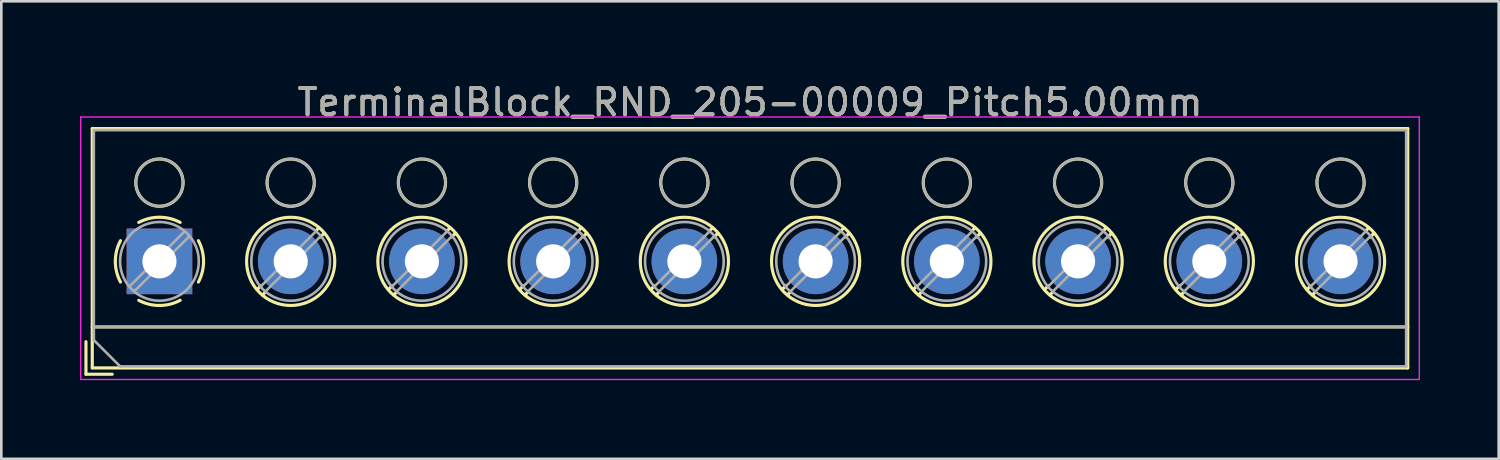
<source format=kicad_pcb>
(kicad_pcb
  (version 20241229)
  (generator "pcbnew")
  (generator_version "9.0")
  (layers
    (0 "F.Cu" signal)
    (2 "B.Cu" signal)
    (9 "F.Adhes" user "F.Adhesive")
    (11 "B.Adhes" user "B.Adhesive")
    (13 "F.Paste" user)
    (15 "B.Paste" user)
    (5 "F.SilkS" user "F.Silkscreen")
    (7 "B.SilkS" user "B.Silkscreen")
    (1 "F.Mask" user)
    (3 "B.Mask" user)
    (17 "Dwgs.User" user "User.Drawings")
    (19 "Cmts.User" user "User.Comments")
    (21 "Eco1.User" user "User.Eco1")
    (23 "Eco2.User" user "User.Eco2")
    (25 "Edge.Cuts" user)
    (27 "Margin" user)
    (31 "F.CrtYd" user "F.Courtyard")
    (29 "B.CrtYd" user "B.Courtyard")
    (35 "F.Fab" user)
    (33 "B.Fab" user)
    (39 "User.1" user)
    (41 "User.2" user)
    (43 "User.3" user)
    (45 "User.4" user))
  (footprint "TerminalBlock_RND_205-00009_Pitch5.00mm"
    (layer "F.Cu")
    (at 3.025 6.908)
    (property "Reference" "TerminalBlock_RND_205-00009_Pitch5.00mm" (at 22.5 -6.06 0) (layer "F.SilkS") (effects (font (size 1 1) (thickness 0.15))))
    (attr through_hole)
    (fp_line (start -2.8 3.06) (end -2.8 4.3) (stroke (width 0.12) (type solid)) (layer "F.SilkS"))
    (fp_line (start -2.8 4.3) (end -1.8 4.3) (stroke (width 0.12) (type solid)) (layer "F.SilkS"))
    (fp_line (start -2.56 -5.06) (end -2.56 4.06) (stroke (width 0.12) (type solid)) (layer "F.SilkS"))
    (fp_line (start -2.56 2.5) (end 47.56 2.5) (stroke (width 0.12) (type solid)) (layer "F.SilkS"))
    (fp_line (start -2.56 4.06) (end 47.56 4.06) (stroke (width 0.12) (type solid)) (layer "F.SilkS"))
    (fp_line (start 3.867 0.929) (end 3.726 1.069) (stroke (width 0.12) (type solid)) (layer "F.SilkS"))
    (fp_line (start 4.037 1.169) (end 3.931 1.274) (stroke (width 0.12) (type solid)) (layer "F.SilkS"))
    (fp_line (start 6.07 -1.275) (end 5.964 -1.169) (stroke (width 0.12) (type solid)) (layer "F.SilkS"))
    (fp_line (start 6.275 -1.069) (end 6.134 -0.929) (stroke (width 0.12) (type solid)) (layer "F.SilkS"))
    (fp_line (start 8.867 0.929) (end 8.726 1.069) (stroke (width 0.12) (type solid)) (layer "F.SilkS"))
    (fp_line (start 9.037 1.169) (end 8.931 1.274) (stroke (width 0.12) (type solid)) (layer "F.SilkS"))
    (fp_line (start 11.07 -1.275) (end 10.964 -1.169) (stroke (width 0.12) (type solid)) (layer "F.SilkS"))
    (fp_line (start 11.275 -1.069) (end 11.134 -0.929) (stroke (width 0.12) (type solid)) (layer "F.SilkS"))
    (fp_line (start 13.867 0.929) (end 13.726 1.069) (stroke (width 0.12) (type solid)) (layer "F.SilkS"))
    (fp_line (start 14.037 1.169) (end 13.931 1.274) (stroke (width 0.12) (type solid)) (layer "F.SilkS"))
    (fp_line (start 16.07 -1.275) (end 15.964 -1.169) (stroke (width 0.12) (type solid)) (layer "F.SilkS"))
    (fp_line (start 16.275 -1.069) (end 16.134 -0.929) (stroke (width 0.12) (type solid)) (layer "F.SilkS"))
    (fp_line (start 18.867 0.929) (end 18.726 1.069) (stroke (width 0.12) (type solid)) (layer "F.SilkS"))
    (fp_line (start 19.037 1.169) (end 18.931 1.274) (stroke (width 0.12) (type solid)) (layer "F.SilkS"))
    (fp_line (start 21.07 -1.275) (end 20.964 -1.169) (stroke (width 0.12) (type solid)) (layer "F.SilkS"))
    (fp_line (start 21.275 -1.069) (end 21.134 -0.929) (stroke (width 0.12) (type solid)) (layer "F.SilkS"))
    (fp_line (start 23.867 0.929) (end 23.726 1.069) (stroke (width 0.12) (type solid)) (layer "F.SilkS"))
    (fp_line (start 24.037 1.169) (end 23.931 1.274) (stroke (width 0.12) (type solid)) (layer "F.SilkS"))
    (fp_line (start 26.07 -1.275) (end 25.964 -1.169) (stroke (width 0.12) (type solid)) (layer "F.SilkS"))
    (fp_line (start 26.275 -1.069) (end 26.134 -0.929) (stroke (width 0.12) (type solid)) (layer "F.SilkS"))
    (fp_line (start 28.867 0.929) (end 28.726 1.069) (stroke (width 0.12) (type solid)) (layer "F.SilkS"))
    (fp_line (start 29.037 1.169) (end 28.931 1.274) (stroke (width 0.12) (type solid)) (layer "F.SilkS"))
    (fp_line (start 31.07 -1.275) (end 30.964 -1.169) (stroke (width 0.12) (type solid)) (layer "F.SilkS"))
    (fp_line (start 31.275 -1.069) (end 31.134 -0.929) (stroke (width 0.12) (type solid)) (layer "F.SilkS"))
    (fp_line (start 33.867 0.929) (end 33.726 1.069) (stroke (width 0.12) (type solid)) (layer "F.SilkS"))
    (fp_line (start 34.037 1.169) (end 33.931 1.274) (stroke (width 0.12) (type solid)) (layer "F.SilkS"))
    (fp_line (start 36.07 -1.275) (end 35.964 -1.169) (stroke (width 0.12) (type solid)) (layer "F.SilkS"))
    (fp_line (start 36.275 -1.069) (end 36.134 -0.929) (stroke (width 0.12) (type solid)) (layer "F.SilkS"))
    (fp_line (start 38.867 0.929) (end 38.726 1.069) (stroke (width 0.12) (type solid)) (layer "F.SilkS"))
    (fp_line (start 39.037 1.169) (end 38.931 1.274) (stroke (width 0.12) (type solid)) (layer "F.SilkS"))
    (fp_line (start 41.07 -1.275) (end 40.964 -1.169) (stroke (width 0.12) (type solid)) (layer "F.SilkS"))
    (fp_line (start 41.275 -1.069) (end 41.134 -0.929) (stroke (width 0.12) (type solid)) (layer "F.SilkS"))
    (fp_line (start 43.867 0.929) (end 43.726 1.069) (stroke (width 0.12) (type solid)) (layer "F.SilkS"))
    (fp_line (start 44.037 1.169) (end 43.931 1.274) (stroke (width 0.12) (type solid)) (layer "F.SilkS"))
    (fp_line (start 46.07 -1.275) (end 45.964 -1.169) (stroke (width 0.12) (type solid)) (layer "F.SilkS"))
    (fp_line (start 46.275 -1.069) (end 46.134 -0.929) (stroke (width 0.12) (type solid)) (layer "F.SilkS"))
    (fp_line (start 47.56 -5.06) (end -2.56 -5.06) (stroke (width 0.12) (type solid)) (layer "F.SilkS"))
    (fp_line (start 47.56 4.06) (end 47.56 -5.06) (stroke (width 0.12) (type solid)) (layer "F.SilkS"))
    (fp_arc (start -1.483953 0.789089) (mid -1.680708 0.00005) (end -1.484 -0.789) (stroke (width 0.12) (type solid)) (layer "F.SilkS"))
    (fp_arc (start -0.789089 -1.483953) (mid -0.00005 -1.680708) (end 0.789 -1.484) (stroke (width 0.12) (type solid)) (layer "F.SilkS"))
    (fp_arc (start 0.029383 1.68045) (mid -0.392304 1.634281) (end -0.789 1.484) (stroke (width 0.12) (type solid)) (layer "F.SilkS"))
    (fp_arc (start 0.788712 1.483352) (mid 0.406429 1.630097) (end 0 1.68) (stroke (width 0.12) (type solid)) (layer "F.SilkS"))
    (fp_arc (start 1.483953 -0.789089) (mid 1.680708 -0.00005) (end 1.484 0.789) (stroke (width 0.12) (type solid)) (layer "F.SilkS"))
    (fp_circle (center 0 -3) (end 0.9 -3) (stroke (width 0.12) (type solid)) (fill no) (layer "F.SilkS"))
    (fp_circle (center 5 -3) (end 5.9 -3) (stroke (width 0.12) (type solid)) (fill no) (layer "F.SilkS"))
    (fp_circle (center 5 0) (end 6.68 0) (stroke (width 0.12) (type solid)) (fill no) (layer "F.SilkS"))
    (fp_circle (center 10 -3) (end 10.9 -3) (stroke (width 0.12) (type solid)) (fill no) (layer "F.SilkS"))
    (fp_circle (center 10 0) (end 11.68 0) (stroke (width 0.12) (type solid)) (fill no) (layer "F.SilkS"))
    (fp_circle (center 15 -3) (end 15.9 -3) (stroke (width 0.12) (type solid)) (fill no) (layer "F.SilkS"))
    (fp_circle (center 15 0) (end 16.68 0) (stroke (width 0.12) (type solid)) (fill no) (layer "F.SilkS"))
    (fp_circle (center 20 -3) (end 20.9 -3) (stroke (width 0.12) (type solid)) (fill no) (layer "F.SilkS"))
    (fp_circle (center 20 0) (end 21.68 0) (stroke (width 0.12) (type solid)) (fill no) (layer "F.SilkS"))
    (fp_circle (center 25 -3) (end 25.9 -3) (stroke (width 0.12) (type solid)) (fill no) (layer "F.SilkS"))
    (fp_circle (center 25 0) (end 26.68 0) (stroke (width 0.12) (type solid)) (fill no) (layer "F.SilkS"))
    (fp_circle (center 30 -3) (end 30.9 -3) (stroke (width 0.12) (type solid)) (fill no) (layer "F.SilkS"))
    (fp_circle (center 30 0) (end 31.68 0) (stroke (width 0.12) (type solid)) (fill no) (layer "F.SilkS"))
    (fp_circle (center 35 -3) (end 35.9 -3) (stroke (width 0.12) (type solid)) (fill no) (layer "F.SilkS"))
    (fp_circle (center 35 0) (end 36.68 0) (stroke (width 0.12) (type solid)) (fill no) (layer "F.SilkS"))
    (fp_circle (center 40 -3) (end 40.9 -3) (stroke (width 0.12) (type solid)) (fill no) (layer "F.SilkS"))
    (fp_circle (center 40 0) (end 41.68 0) (stroke (width 0.12) (type solid)) (fill no) (layer "F.SilkS"))
    (fp_circle (center 45 -3) (end 45.9 -3) (stroke (width 0.12) (type solid)) (fill no) (layer "F.SilkS"))
    (fp_circle (center 45 0) (end 46.68 0) (stroke (width 0.12) (type solid)) (fill no) (layer "F.SilkS"))
    (fp_line (start -3 -5.5) (end -3 4.5) (stroke (width 0.05) (type solid)) (layer "F.CrtYd"))
    (fp_line (start -3 4.5) (end 48 4.5) (stroke (width 0.05) (type solid)) (layer "F.CrtYd"))
    (fp_line (start 48 -5.5) (end -3 -5.5) (stroke (width 0.05) (type solid)) (layer "F.CrtYd"))
    (fp_line (start 48 4.5) (end 48 -5.5) (stroke (width 0.05) (type solid)) (layer "F.CrtYd"))
    (fp_line (start -2.5 -5) (end 47.5 -5) (stroke (width 0.1) (type solid)) (layer "F.Fab"))
    (fp_line (start -2.5 2.5) (end 47.5 2.5) (stroke (width 0.1) (type solid)) (layer "F.Fab"))
    (fp_line (start -2.5 3) (end -2.5 -5) (stroke (width 0.1) (type solid)) (layer "F.Fab"))
    (fp_line (start -1.5 4) (end -2.5 3) (stroke (width 0.1) (type solid)) (layer "F.Fab"))
    (fp_line (start 0.955 -1.138) (end -1.138 0.955) (stroke (width 0.1) (type solid)) (layer "F.Fab"))
    (fp_line (start 1.138 -0.955) (end -0.955 1.138) (stroke (width 0.1) (type solid)) (layer "F.Fab"))
    (fp_line (start 5.955 -1.138) (end 3.863 0.955) (stroke (width 0.1) (type solid)) (layer "F.Fab"))
    (fp_line (start 6.138 -0.955) (end 4.046 1.138) (stroke (width 0.1) (type solid)) (layer "F.Fab"))
    (fp_line (start 10.955 -1.138) (end 8.863 0.955) (stroke (width 0.1) (type solid)) (layer "F.Fab"))
    (fp_line (start 11.138 -0.955) (end 9.046 1.138) (stroke (width 0.1) (type solid)) (layer "F.Fab"))
    (fp_line (start 15.955 -1.138) (end 13.863 0.955) (stroke (width 0.1) (type solid)) (layer "F.Fab"))
    (fp_line (start 16.138 -0.955) (end 14.046 1.138) (stroke (width 0.1) (type solid)) (layer "F.Fab"))
    (fp_line (start 20.955 -1.138) (end 18.863 0.955) (stroke (width 0.1) (type solid)) (layer "F.Fab"))
    (fp_line (start 21.138 -0.955) (end 19.046 1.138) (stroke (width 0.1) (type solid)) (layer "F.Fab"))
    (fp_line (start 25.955 -1.138) (end 23.863 0.955) (stroke (width 0.1) (type solid)) (layer "F.Fab"))
    (fp_line (start 26.138 -0.955) (end 24.046 1.138) (stroke (width 0.1) (type solid)) (layer "F.Fab"))
    (fp_line (start 30.955 -1.138) (end 28.863 0.955) (stroke (width 0.1) (type solid)) (layer "F.Fab"))
    (fp_line (start 31.138 -0.955) (end 29.046 1.138) (stroke (width 0.1) (type solid)) (layer "F.Fab"))
    (fp_line (start 35.955 -1.138) (end 33.863 0.955) (stroke (width 0.1) (type solid)) (layer "F.Fab"))
    (fp_line (start 36.138 -0.955) (end 34.046 1.138) (stroke (width 0.1) (type solid)) (layer "F.Fab"))
    (fp_line (start 40.955 -1.138) (end 38.863 0.955) (stroke (width 0.1) (type solid)) (layer "F.Fab"))
    (fp_line (start 41.138 -0.955) (end 39.046 1.138) (stroke (width 0.1) (type solid)) (layer "F.Fab"))
    (fp_line (start 45.955 -1.138) (end 43.863 0.955) (stroke (width 0.1) (type solid)) (layer "F.Fab"))
    (fp_line (start 46.138 -0.955) (end 44.046 1.138) (stroke (width 0.1) (type solid)) (layer "F.Fab"))
    (fp_line (start 47.5 -5) (end 47.5 4) (stroke (width 0.1) (type solid)) (layer "F.Fab"))
    (fp_line (start 47.5 4) (end -1.5 4) (stroke (width 0.1) (type solid)) (layer "F.Fab"))
    (fp_circle (center 0 -3) (end 0.9 -3) (stroke (width 0.1) (type solid)) (fill no) (layer "F.Fab"))
    (fp_circle (center 0 0) (end 1.5 0) (stroke (width 0.1) (type solid)) (fill no) (layer "F.Fab"))
    (fp_circle (center 5 -3) (end 5.9 -3) (stroke (width 0.1) (type solid)) (fill no) (layer "F.Fab"))
    (fp_circle (center 5 0) (end 6.5 0) (stroke (width 0.1) (type solid)) (fill no) (layer "F.Fab"))
    (fp_circle (center 10 -3) (end 10.9 -3) (stroke (width 0.1) (type solid)) (fill no) (layer "F.Fab"))
    (fp_circle (center 10 0) (end 11.5 0) (stroke (width 0.1) (type solid)) (fill no) (layer "F.Fab"))
    (fp_circle (center 15 -3) (end 15.9 -3) (stroke (width 0.1) (type solid)) (fill no) (layer "F.Fab"))
    (fp_circle (center 15 0) (end 16.5 0) (stroke (width 0.1) (type solid)) (fill no) (layer "F.Fab"))
    (fp_circle (center 20 -3) (end 20.9 -3) (stroke (width 0.1) (type solid)) (fill no) (layer "F.Fab"))
    (fp_circle (center 20 0) (end 21.5 0) (stroke (width 0.1) (type solid)) (fill no) (layer "F.Fab"))
    (fp_circle (center 25 -3) (end 25.9 -3) (stroke (width 0.1) (type solid)) (fill no) (layer "F.Fab"))
    (fp_circle (center 25 0) (end 26.5 0) (stroke (width 0.1) (type solid)) (fill no) (layer "F.Fab"))
    (fp_circle (center 30 -3) (end 30.9 -3) (stroke (width 0.1) (type solid)) (fill no) (layer "F.Fab"))
    (fp_circle (center 30 0) (end 31.5 0) (stroke (width 0.1) (type solid)) (fill no) (layer "F.Fab"))
    (fp_circle (center 35 -3) (end 35.9 -3) (stroke (width 0.1) (type solid)) (fill no) (layer "F.Fab"))
    (fp_circle (center 35 0) (end 36.5 0) (stroke (width 0.1) (type solid)) (fill no) (layer "F.Fab"))
    (fp_circle (center 40 -3) (end 40.9 -3) (stroke (width 0.1) (type solid)) (fill no) (layer "F.Fab"))
    (fp_circle (center 40 0) (end 41.5 0) (stroke (width 0.1) (type solid)) (fill no) (layer "F.Fab"))
    (fp_circle (center 45 -3) (end 45.9 -3) (stroke (width 0.1) (type solid)) (fill no) (layer "F.Fab"))
    (fp_circle (center 45 0) (end 46.5 0) (stroke (width 0.1) (type solid)) (fill no) (layer "F.Fab"))
    (fp_text user "${REFERENCE}" (at 22.5 -6.06 0) (layer "F.Fab") (effects (font (size 1 1) (thickness 0.15))))
    (pad "1" thru_hole rect (at 0 0) (size 2.5 2.5) (drill 1.3) (layers "*.Cu" "*.Mask"))
    (pad "2" thru_hole oval (at 5 0) (size 2.5 2.5) (drill 1.3) (layers "*.Cu" "*.Mask"))
    (pad "3" thru_hole oval (at 10 0) (size 2.5 2.5) (drill 1.3) (layers "*.Cu" "*.Mask"))
    (pad "4" thru_hole oval (at 15 0) (size 2.5 2.5) (drill 1.3) (layers "*.Cu" "*.Mask"))
    (pad "5" thru_hole oval (at 20 0) (size 2.5 2.5) (drill 1.3) (layers "*.Cu" "*.Mask"))
    (pad "6" thru_hole oval (at 25 0) (size 2.5 2.5) (drill 1.3) (layers "*.Cu" "*.Mask"))
    (pad "7" thru_hole oval (at 30 0) (size 2.5 2.5) (drill 1.3) (layers "*.Cu" "*.Mask"))
    (pad "8" thru_hole oval (at 35 0) (size 2.5 2.5) (drill 1.3) (layers "*.Cu" "*.Mask"))
    (pad "9" thru_hole oval (at 40 0) (size 2.5 2.5) (drill 1.3) (layers "*.Cu" "*.Mask"))
    (pad "10" thru_hole oval (at 45 0) (size 2.5 2.5) (drill 1.3) (layers "*.Cu" "*.Mask")))
  (gr_rect
    (start -3 -3)
    (end 54.05 14.433)
    (stroke (width 0.1) (type default))
    (fill no)
    (layer "Edge.Cuts")))
</source>
